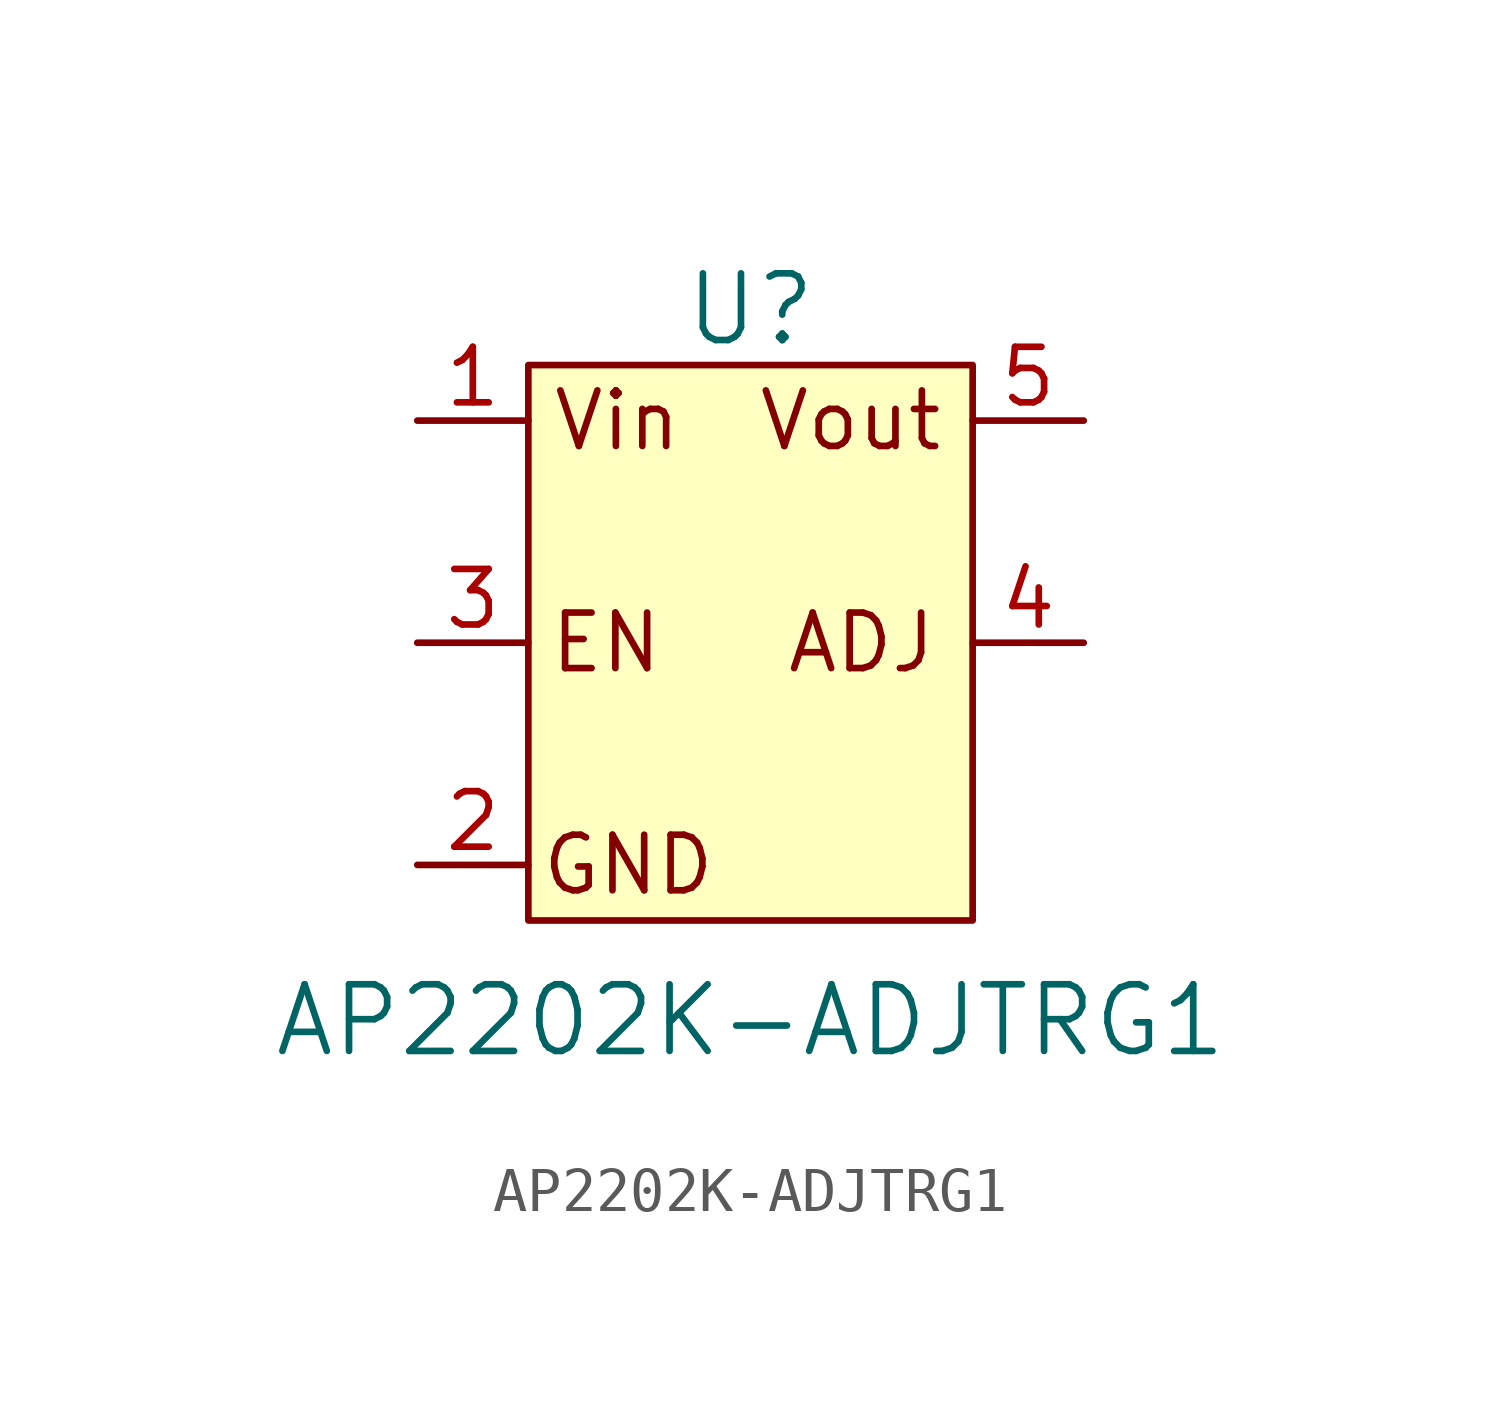
<source format=kicad_sym>
(kicad_symbol_lib
  (version 20241209)
  (generator "kicad_symbol_editor")
  (generator_version "9.0")
  (symbol "AP2202K-ADJTRG1"
    (pin_names
      (offset 0)
      (hide yes))
    (property "Reference" "U"
      (at 0 7.62 0)
      (effects (font (size 1.524 1.524))))
    (property "Value" "AP2202K-ADJTRG1"
      (at 0 -8.636 0)
      (effects (font (size 1.524 1.524))))
    (symbol "AP2202K-ADJTRG1_0_0"
      (rectangle (start -5.08 6.35) (end 5.08 -6.35) (stroke (width 0) (type default)) (fill (type background)))
      (text "EN" (at -3.302 0 0) (effects (font (size 1.27 1.27))))
      (text "Vin" (at -3.048 5.08 0) (effects (font (size 1.27 1.27))))
      (text "GND" (at -2.794 -5.08 0) (effects (font (size 1.27 1.27))))
      (text "Vout" (at 2.286 5.08 0) (effects (font (size 1.27 1.27))))
      (text "ADJ" (at 2.54 0 0) (effects (font (size 1.27 1.27)))))
    (symbol "AP2202K-ADJTRG1_1_1"
      (pin input line (at -7.62 5.08 0) (length 2.54) (name "Vin" (effects (font (size 1.27 1.27)))) (number "1" (effects (font (size 1.27 1.27)))))
      (pin input line (at -7.62 0 0) (length 2.54) (name "EN" (effects (font (size 1.27 1.27)))) (number "3" (effects (font (size 1.27 1.27)))))
      (pin input line (at -7.62 -5.08 0) (length 2.54) (name "GND" (effects (font (size 1.27 1.27)))) (number "2" (effects (font (size 1.27 1.27)))))
      (pin input line (at 7.62 5.08 180) (length 2.54) (name "Vout" (effects (font (size 1.27 1.27)))) (number "5" (effects (font (size 1.27 1.27)))))
      (pin input line (at 7.62 0 180) (length 2.54) (name "ADJ" (effects (font (size 1.27 1.27)))) (number "4" (effects (font (size 1.27 1.27))))))))
</source>
